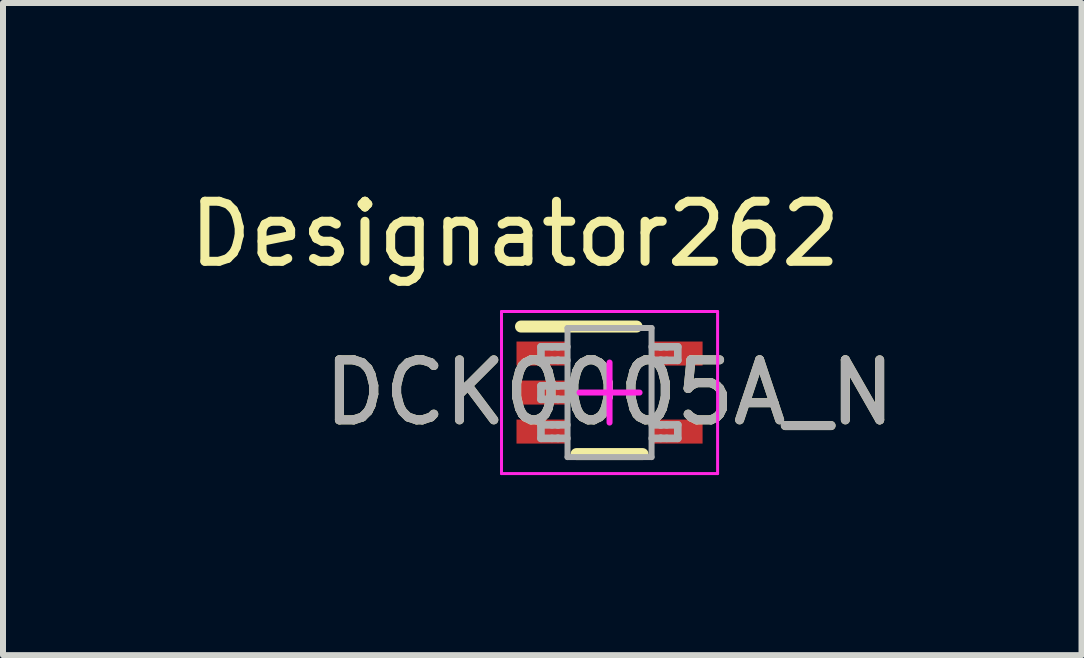
<source format=kicad_pcb>
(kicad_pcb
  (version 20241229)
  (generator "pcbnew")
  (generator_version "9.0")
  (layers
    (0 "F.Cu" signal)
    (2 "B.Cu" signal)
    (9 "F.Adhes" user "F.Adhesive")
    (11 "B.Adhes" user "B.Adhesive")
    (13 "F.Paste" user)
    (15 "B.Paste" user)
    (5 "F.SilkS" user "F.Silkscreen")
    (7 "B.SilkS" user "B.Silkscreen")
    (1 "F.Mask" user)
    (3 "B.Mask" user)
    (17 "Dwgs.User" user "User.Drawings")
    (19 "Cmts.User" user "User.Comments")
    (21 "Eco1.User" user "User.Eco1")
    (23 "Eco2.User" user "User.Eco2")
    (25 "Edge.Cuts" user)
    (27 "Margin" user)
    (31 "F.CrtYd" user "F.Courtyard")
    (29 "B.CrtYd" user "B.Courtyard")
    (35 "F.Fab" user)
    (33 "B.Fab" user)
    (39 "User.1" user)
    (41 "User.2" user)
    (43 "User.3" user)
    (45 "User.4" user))
  (footprint "DCK0005A_N"
    (layer "F.Cu")
    (at 7.105 3.49)
    (property "Reference" "DCK0005A_N" (at 0 0 0) (unlocked yes) (layer "F.SilkS") (effects (font (size 1 1) (thickness 0.15))))
    (attr smd)
    (fp_line (start -1.475 -1.1) (end 0.45 -1.1) (stroke (width 0.2) (type solid)) (layer "F.SilkS"))
    (fp_line (start -0.55 1.025) (end 0.55 1.025) (stroke (width 0.2) (type solid)) (layer "F.SilkS"))
    (fp_line (start -1.8 -1.35) (end 1.8 -1.35) (stroke (width 0.05) (type solid)) (layer "F.CrtYd"))
    (fp_line (start -1.8 1.35) (end -1.8 -1.35) (stroke (width 0.05) (type solid)) (layer "F.CrtYd"))
    (fp_line (start -1.8 1.35) (end 1.8 1.35) (stroke (width 0.05) (type solid)) (layer "F.CrtYd"))
    (fp_line (start -0.5 0) (end 0.5 0) (stroke (width 0.1) (type solid)) (layer "F.CrtYd"))
    (fp_line (start 0 0.5) (end 0 -0.5) (stroke (width 0.1) (type solid)) (layer "F.CrtYd"))
    (fp_line (start 1.8 1.35) (end 1.8 -1.35) (stroke (width 0.05) (type solid)) (layer "F.CrtYd"))
    (fp_line (start -1.143 -0.762) (end -0.959 -0.762) (stroke (width 0.127) (type solid)) (layer "F.Fab"))
    (fp_line (start -1.143 -0.537) (end -1.143 -0.762) (stroke (width 0.127) (type solid)) (layer "F.Fab"))
    (fp_line (start -1.143 -0.537) (end -0.959 -0.537) (stroke (width 0.127) (type solid)) (layer "F.Fab"))
    (fp_line (start -1.143 -0.112) (end -0.959 -0.112) (stroke (width 0.127) (type solid)) (layer "F.Fab"))
    (fp_line (start -1.143 0.113) (end -1.143 -0.112) (stroke (width 0.127) (type solid)) (layer "F.Fab"))
    (fp_line (start -1.143 0.113) (end -0.959 0.113) (stroke (width 0.127) (type solid)) (layer "F.Fab"))
    (fp_line (start -1.143 0.538) (end -0.959 0.538) (stroke (width 0.127) (type solid)) (layer "F.Fab"))
    (fp_line (start -1.143 0.763) (end -1.143 0.538) (stroke (width 0.127) (type solid)) (layer "F.Fab"))
    (fp_line (start -1.143 0.763) (end -0.959 0.763) (stroke (width 0.127) (type solid)) (layer "F.Fab"))
    (fp_line (start -0.959 -0.762) (end -0.711 -0.762) (stroke (width 0.127) (type solid)) (layer "F.Fab"))
    (fp_line (start -0.959 -0.537) (end -0.865 -0.537) (stroke (width 0.127) (type solid)) (layer "F.Fab"))
    (fp_line (start -0.959 -0.112) (end -0.865 -0.112) (stroke (width 0.127) (type solid)) (layer "F.Fab"))
    (fp_line (start -0.959 0.113) (end -0.865 0.113) (stroke (width 0.127) (type solid)) (layer "F.Fab"))
    (fp_line (start -0.959 0.538) (end -0.865 0.538) (stroke (width 0.127) (type solid)) (layer "F.Fab"))
    (fp_line (start -0.959 0.763) (end -0.865 0.763) (stroke (width 0.127) (type solid)) (layer "F.Fab"))
    (fp_line (start -0.865 -0.762) (end -0.853 -0.762) (stroke (width 0.127) (type solid)) (layer "F.Fab"))
    (fp_line (start -0.865 -0.537) (end -0.853 -0.537) (stroke (width 0.127) (type solid)) (layer "F.Fab"))
    (fp_line (start -0.865 -0.112) (end -0.853 -0.112) (stroke (width 0.127) (type solid)) (layer "F.Fab"))
    (fp_line (start -0.865 0.113) (end -0.853 0.113) (stroke (width 0.127) (type solid)) (layer "F.Fab"))
    (fp_line (start -0.865 0.538) (end -0.853 0.538) (stroke (width 0.127) (type solid)) (layer "F.Fab"))
    (fp_line (start -0.865 0.763) (end -0.853 0.763) (stroke (width 0.127) (type solid)) (layer "F.Fab"))
    (fp_line (start -0.853 -0.537) (end -0.711 -0.537) (stroke (width 0.127) (type solid)) (layer "F.Fab"))
    (fp_line (start -0.853 -0.112) (end -0.711 -0.112) (stroke (width 0.127) (type solid)) (layer "F.Fab"))
    (fp_line (start -0.853 0.113) (end -0.711 0.113) (stroke (width 0.127) (type solid)) (layer "F.Fab"))
    (fp_line (start -0.853 0.538) (end -0.711 0.538) (stroke (width 0.127) (type solid)) (layer "F.Fab"))
    (fp_line (start -0.853 0.763) (end -0.711 0.763) (stroke (width 0.127) (type solid)) (layer "F.Fab"))
    (fp_line (start -0.7 -1.075) (end 0.7 -1.075) (stroke (width 0.1) (type solid)) (layer "F.Fab"))
    (fp_line (start -0.7 1.075) (end -0.7 -1.075) (stroke (width 0.1) (type solid)) (layer "F.Fab"))
    (fp_line (start -0.7 1.075) (end 0.7 1.075) (stroke (width 0.1) (type solid)) (layer "F.Fab"))
    (fp_line (start 0.7 1.075) (end 0.7 -1.075) (stroke (width 0.1) (type solid)) (layer "F.Fab"))
    (fp_line (start 0.711 -0.762) (end 0.847 -0.762) (stroke (width 0.127) (type solid)) (layer "F.Fab"))
    (fp_line (start 0.711 -0.537) (end 0.847 -0.537) (stroke (width 0.127) (type solid)) (layer "F.Fab"))
    (fp_line (start 0.711 0.538) (end 0.847 0.538) (stroke (width 0.127) (type solid)) (layer "F.Fab"))
    (fp_line (start 0.711 0.763) (end 0.847 0.763) (stroke (width 0.127) (type solid)) (layer "F.Fab"))
    (fp_line (start 0.847 -0.762) (end 0.859 -0.762) (stroke (width 0.127) (type solid)) (layer "F.Fab"))
    (fp_line (start 0.847 -0.537) (end 0.859 -0.537) (stroke (width 0.127) (type solid)) (layer "F.Fab"))
    (fp_line (start 0.847 0.538) (end 0.859 0.538) (stroke (width 0.127) (type solid)) (layer "F.Fab"))
    (fp_line (start 0.847 0.763) (end 0.859 0.763) (stroke (width 0.127) (type solid)) (layer "F.Fab"))
    (fp_line (start 0.859 -0.762) (end 0.953 -0.762) (stroke (width 0.127) (type solid)) (layer "F.Fab"))
    (fp_line (start 0.859 -0.537) (end 0.953 -0.537) (stroke (width 0.127) (type solid)) (layer "F.Fab"))
    (fp_line (start 0.859 0.538) (end 0.953 0.538) (stroke (width 0.127) (type solid)) (layer "F.Fab"))
    (fp_line (start 0.859 0.763) (end 0.953 0.763) (stroke (width 0.127) (type solid)) (layer "F.Fab"))
    (fp_line (start 0.953 -0.762) (end 1.137 -0.762) (stroke (width 0.127) (type solid)) (layer "F.Fab"))
    (fp_line (start 0.953 -0.537) (end 1.137 -0.537) (stroke (width 0.127) (type solid)) (layer "F.Fab"))
    (fp_line (start 0.953 0.538) (end 1.137 0.538) (stroke (width 0.127) (type solid)) (layer "F.Fab"))
    (fp_line (start 0.953 0.763) (end 1.137 0.763) (stroke (width 0.127) (type solid)) (layer "F.Fab"))
    (fp_line (start 1.137 -0.537) (end 1.137 -0.762) (stroke (width 0.127) (type solid)) (layer "F.Fab"))
    (fp_line (start 1.137 0.763) (end 1.137 0.538) (stroke (width 0.127) (type solid)) (layer "F.Fab"))
    (fp_text user "Designator262" (at -1.575 -2.642 0) (unlocked yes) (layer "F.SilkS") (effects (font (size 1 1) (thickness 0.15))))
    (fp_text user "${REFERENCE}" (at 0 0 0) (unlocked yes) (layer "F.Fab") (effects (font (size 1 1) (thickness 0.15))))
    (pad "1" smd rect (at -1.125 -0.65 90) (size 0.4 0.85) (layers "F.Cu" "F.Mask" "F.Paste"))
    (pad "2" smd rect (at -1.125 0 90) (size 0.4 0.85) (layers "F.Cu" "F.Mask" "F.Paste"))
    (pad "3" smd rect (at -1.125 0.65 90) (size 0.4 0.85) (layers "F.Cu" "F.Mask" "F.Paste"))
    (pad "4" smd rect (at 1.125 0.65 90) (size 0.4 0.85) (layers "F.Cu" "F.Mask" "F.Paste"))
    (pad "5" smd rect (at 1.125 -0.65 90) (size 0.4 0.85) (layers "F.Cu" "F.Mask" "F.Paste")))
  (gr_rect
    (start -3 -3)
    (end 14.968 7.865)
    (stroke (width 0.1) (type default))
    (fill no)
    (layer "Edge.Cuts")))
</source>
